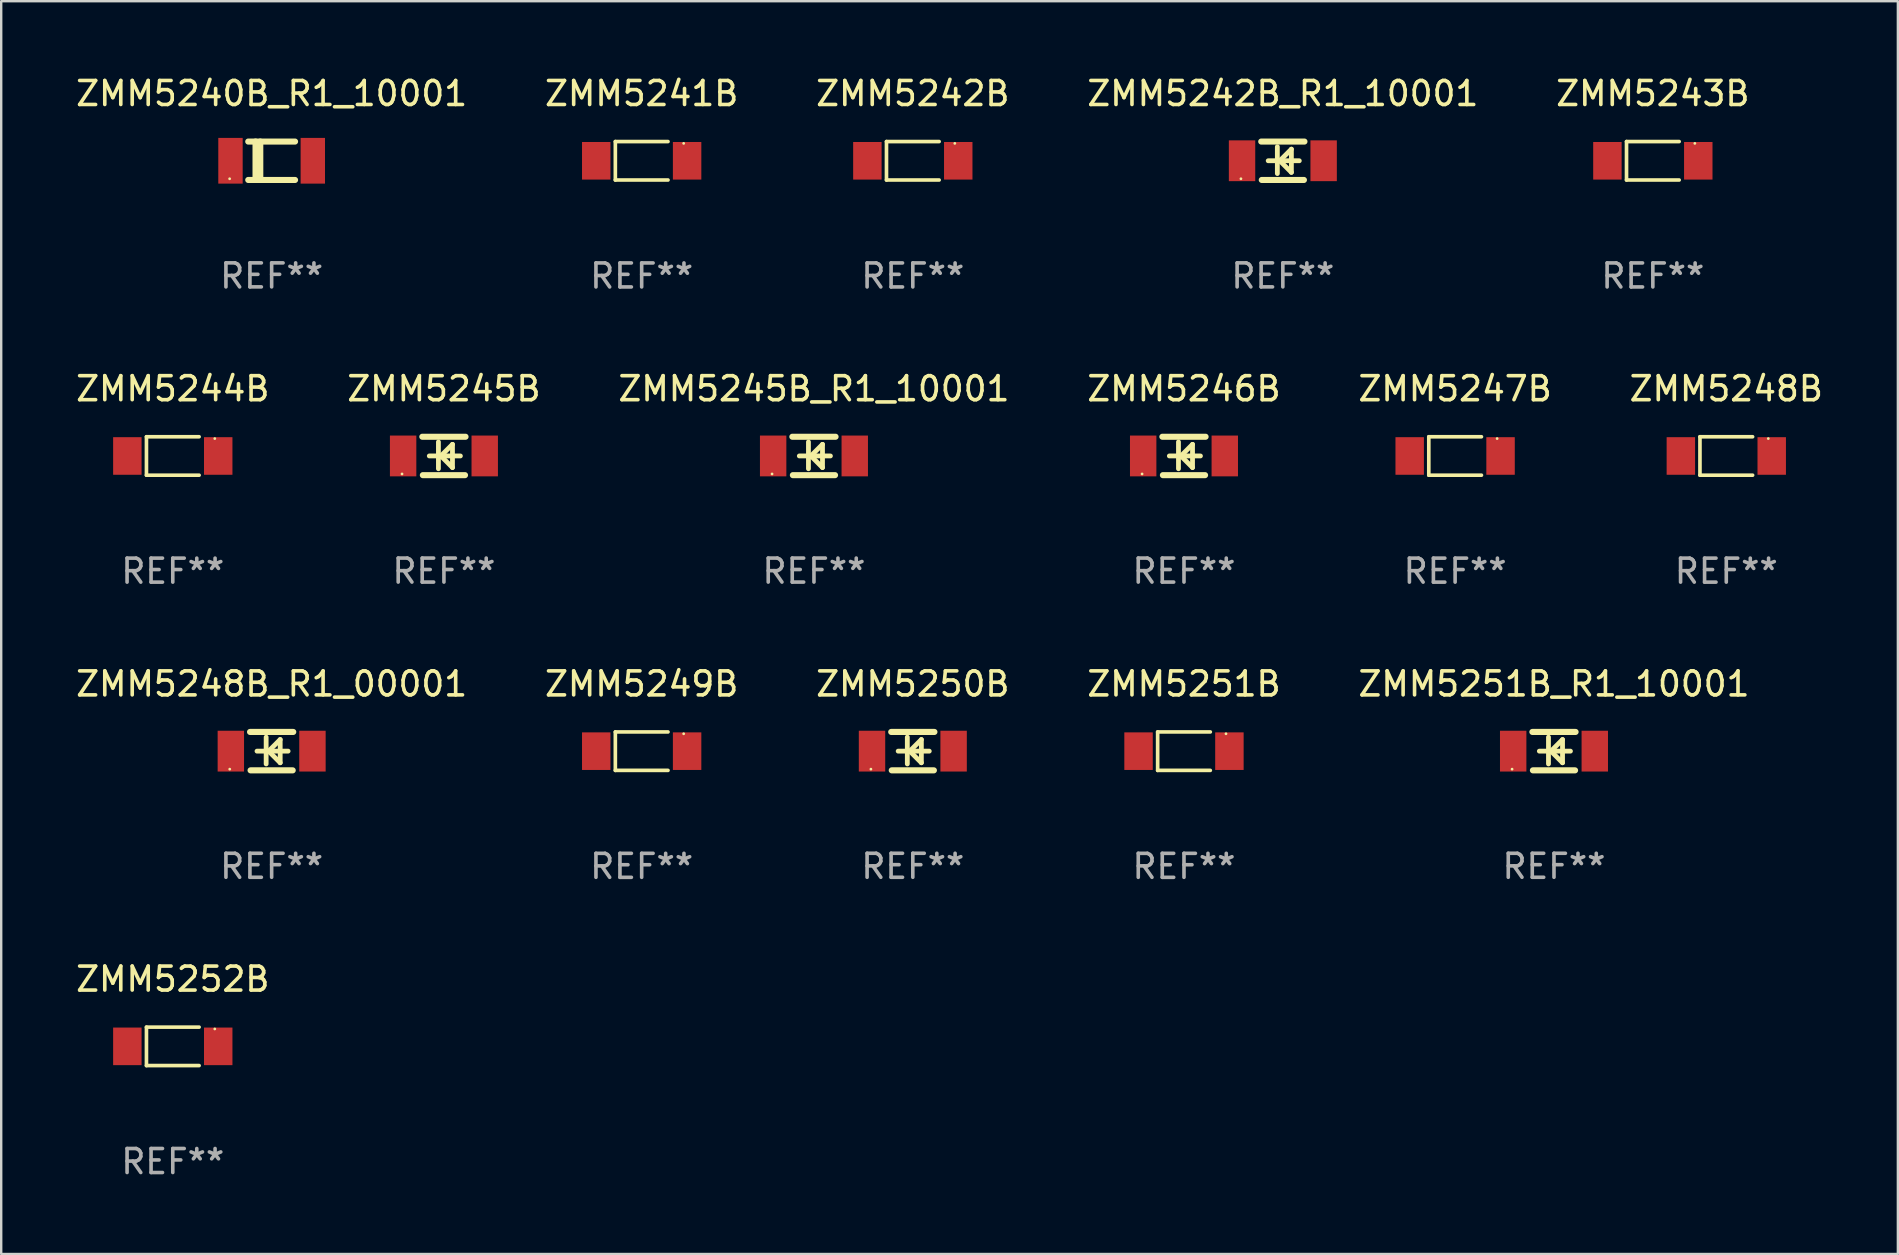
<source format=kicad_pcb>
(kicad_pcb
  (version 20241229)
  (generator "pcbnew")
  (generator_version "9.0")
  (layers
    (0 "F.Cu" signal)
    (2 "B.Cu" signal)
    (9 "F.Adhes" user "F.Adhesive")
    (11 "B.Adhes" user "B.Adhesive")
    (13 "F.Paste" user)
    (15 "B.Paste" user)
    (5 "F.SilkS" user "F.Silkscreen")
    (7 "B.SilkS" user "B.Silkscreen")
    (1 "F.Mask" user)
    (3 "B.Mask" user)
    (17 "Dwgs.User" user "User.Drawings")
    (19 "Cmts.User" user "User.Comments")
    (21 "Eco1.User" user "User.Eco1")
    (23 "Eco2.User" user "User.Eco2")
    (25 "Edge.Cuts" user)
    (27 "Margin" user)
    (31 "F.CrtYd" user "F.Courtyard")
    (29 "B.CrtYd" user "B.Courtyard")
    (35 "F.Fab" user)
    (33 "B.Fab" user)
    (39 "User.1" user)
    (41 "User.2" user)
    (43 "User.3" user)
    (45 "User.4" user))
  (footprint "ZMM5244B"
    (layer "F.Cu")
    (at 4.149 15.948)
    (property "Reference" "ZMM5244B" (at 0 -2.801 0) (layer "F.SilkS") (effects (font (size 1 1) (thickness 0.15))))
    (attr through_hole)
    (fp_line (start -1.097 -0.801) (end -1.097 0.801) (stroke (width 0.152) (type solid)) (layer "F.SilkS"))
    (fp_line (start -1.097 -0.801) (end 1.097 -0.801) (stroke (width 0.152) (type solid)) (layer "F.SilkS"))
    (fp_line (start -1.097 0.801) (end 1.097 0.801) (stroke (width 0.152) (type solid)) (layer "F.SilkS"))
    (fp_circle (center 1.75 -0.725) (end 1.78 -0.725) (stroke (width 0.06) (type solid)) (fill no) (layer "F.SilkS"))
    (fp_text user "REF**" (at 0 4.801 0) (layer "F.Fab") (effects (font (size 1 1) (thickness 0.15))))
    (pad "1" smd rect (at 1.893 0) (size 1.185 1.566) (layers "F.Cu" "F.Mask" "F.Paste"))
    (pad "2" smd rect (at -1.893 0) (size 1.185 1.566) (layers "F.Cu" "F.Mask" "F.Paste")))
  (footprint "ZMM5247B"
    (layer "F.Cu")
    (at 57.577 15.948)
    (property "Reference" "ZMM5247B" (at 0 -2.801 0) (layer "F.SilkS") (effects (font (size 1 1) (thickness 0.15))))
    (attr through_hole)
    (fp_line (start -1.097 -0.801) (end -1.097 0.801) (stroke (width 0.152) (type solid)) (layer "F.SilkS"))
    (fp_line (start -1.097 -0.801) (end 1.097 -0.801) (stroke (width 0.152) (type solid)) (layer "F.SilkS"))
    (fp_line (start -1.097 0.801) (end 1.097 0.801) (stroke (width 0.152) (type solid)) (layer "F.SilkS"))
    (fp_circle (center 1.75 -0.725) (end 1.78 -0.725) (stroke (width 0.06) (type solid)) (fill no) (layer "F.SilkS"))
    (fp_text user "REF**" (at 0 4.801 0) (layer "F.Fab") (effects (font (size 1 1) (thickness 0.15))))
    (pad "1" smd rect (at 1.893 0) (size 1.185 1.566) (layers "F.Cu" "F.Mask" "F.Paste"))
    (pad "2" smd rect (at -1.893 0) (size 1.185 1.566) (layers "F.Cu" "F.Mask" "F.Paste")))
  (footprint "ZMM5251B"
    (layer "F.Cu")
    (at 46.28 28.247)
    (property "Reference" "ZMM5251B" (at 0 -2.801 0) (layer "F.SilkS") (effects (font (size 1 1) (thickness 0.15))))
    (attr through_hole)
    (fp_line (start -1.097 -0.801) (end -1.097 0.801) (stroke (width 0.152) (type solid)) (layer "F.SilkS"))
    (fp_line (start -1.097 -0.801) (end 1.097 -0.801) (stroke (width 0.152) (type solid)) (layer "F.SilkS"))
    (fp_line (start -1.097 0.801) (end 1.097 0.801) (stroke (width 0.152) (type solid)) (layer "F.SilkS"))
    (fp_circle (center 1.75 -0.725) (end 1.78 -0.725) (stroke (width 0.06) (type solid)) (fill no) (layer "F.SilkS"))
    (fp_text user "REF**" (at 0 4.801 0) (layer "F.Fab") (effects (font (size 1 1) (thickness 0.15))))
    (pad "1" smd rect (at 1.893 0) (size 1.185 1.566) (layers "F.Cu" "F.Mask" "F.Paste"))
    (pad "2" smd rect (at -1.893 0) (size 1.185 1.566) (layers "F.Cu" "F.Mask" "F.Paste")))
  (footprint "ZMM5243B"
    (layer "F.Cu")
    (at 65.815 3.649)
    (property "Reference" "ZMM5243B" (at 0 -2.801 0) (layer "F.SilkS") (effects (font (size 1 1) (thickness 0.15))))
    (attr through_hole)
    (fp_line (start -1.097 -0.801) (end -1.097 0.801) (stroke (width 0.152) (type solid)) (layer "F.SilkS"))
    (fp_line (start -1.097 -0.801) (end 1.097 -0.801) (stroke (width 0.152) (type solid)) (layer "F.SilkS"))
    (fp_line (start -1.097 0.801) (end 1.097 0.801) (stroke (width 0.152) (type solid)) (layer "F.SilkS"))
    (fp_circle (center 1.75 -0.725) (end 1.78 -0.725) (stroke (width 0.06) (type solid)) (fill no) (layer "F.SilkS"))
    (fp_text user "REF**" (at 0 4.801 0) (layer "F.Fab") (effects (font (size 1 1) (thickness 0.15))))
    (pad "1" smd rect (at 1.893 0) (size 1.185 1.566) (layers "F.Cu" "F.Mask" "F.Paste"))
    (pad "2" smd rect (at -1.893 0) (size 1.185 1.566) (layers "F.Cu" "F.Mask" "F.Paste")))
  (footprint "ZMM5251B_R1_10001"
    (layer "F.Cu")
    (at 61.696 28.246)
    (property "Reference" "ZMM5251B_R1_10001" (at 0 -2.8 0) (layer "F.SilkS") (effects (font (size 1 1) (thickness 0.15))))
    (attr through_hole)
    (fp_line (start -0.9 -0.8) (end 0.9 -0.8) (stroke (width 0.254) (type solid)) (layer "F.SilkS"))
    (fp_line (start -0.878 0.8) (end 0.878 0.8) (stroke (width 0.254) (type solid)) (layer "F.SilkS"))
    (fp_line (start -0.61 0) (end 0.686 0) (stroke (width 0.2) (type solid)) (layer "F.SilkS"))
    (fp_line (start -0.229 -0.584) (end -0.229 0.533) (stroke (width 0.2) (type solid)) (layer "F.SilkS"))
    (fp_line (start -0.127 0) (end 0.356 -0.483) (stroke (width 0.2) (type solid)) (layer "F.SilkS"))
    (fp_line (start 0.356 -0.483) (end 0.356 0.483) (stroke (width 0.2) (type solid)) (layer "F.SilkS"))
    (fp_line (start 0.356 0.483) (end -0.102 0.025) (stroke (width 0.2) (type solid)) (layer "F.SilkS"))
    (fp_circle (center -1.746 0.75) (end -1.716 0.75) (stroke (width 0.06) (type solid)) (fill no) (layer "F.SilkS"))
    (fp_text user "REF**" (at 0 4.8 0) (layer "F.Fab") (effects (font (size 1 1) (thickness 0.15))))
    (pad "1" smd rect (at -1.7 0 180) (size 1.1 1.7) (layers "F.Cu" "F.Mask" "F.Paste"))
    (pad "2" smd rect (at 1.7 0 180) (size 1.1 1.7) (layers "F.Cu" "F.Mask" "F.Paste")))
  (footprint "ZMM5242B_R1_10001"
    (layer "F.Cu")
    (at 50.399 3.648)
    (property "Reference" "ZMM5242B_R1_10001" (at 0 -2.8 0) (layer "F.SilkS") (effects (font (size 1 1) (thickness 0.15))))
    (attr through_hole)
    (fp_line (start -0.9 -0.8) (end 0.9 -0.8) (stroke (width 0.254) (type solid)) (layer "F.SilkS"))
    (fp_line (start -0.878 0.8) (end 0.878 0.8) (stroke (width 0.254) (type solid)) (layer "F.SilkS"))
    (fp_line (start -0.61 0) (end 0.686 0) (stroke (width 0.2) (type solid)) (layer "F.SilkS"))
    (fp_line (start -0.229 -0.584) (end -0.229 0.533) (stroke (width 0.2) (type solid)) (layer "F.SilkS"))
    (fp_line (start -0.127 0) (end 0.356 -0.483) (stroke (width 0.2) (type solid)) (layer "F.SilkS"))
    (fp_line (start 0.356 -0.483) (end 0.356 0.483) (stroke (width 0.2) (type solid)) (layer "F.SilkS"))
    (fp_line (start 0.356 0.483) (end -0.102 0.025) (stroke (width 0.2) (type solid)) (layer "F.SilkS"))
    (fp_circle (center -1.746 0.75) (end -1.716 0.75) (stroke (width 0.06) (type solid)) (fill no) (layer "F.SilkS"))
    (fp_text user "REF**" (at 0 4.8 0) (layer "F.Fab") (effects (font (size 1 1) (thickness 0.15))))
    (pad "1" smd rect (at -1.7 0 180) (size 1.1 1.7) (layers "F.Cu" "F.Mask" "F.Paste"))
    (pad "2" smd rect (at 1.7 0 180) (size 1.1 1.7) (layers "F.Cu" "F.Mask" "F.Paste")))
  (footprint "ZMM5241B"
    (layer "F.Cu")
    (at 23.685 3.649)
    (property "Reference" "ZMM5241B" (at 0 -2.801 0) (layer "F.SilkS") (effects (font (size 1 1) (thickness 0.15))))
    (attr through_hole)
    (fp_line (start -1.097 -0.801) (end -1.097 0.801) (stroke (width 0.152) (type solid)) (layer "F.SilkS"))
    (fp_line (start -1.097 -0.801) (end 1.097 -0.801) (stroke (width 0.152) (type solid)) (layer "F.SilkS"))
    (fp_line (start -1.097 0.801) (end 1.097 0.801) (stroke (width 0.152) (type solid)) (layer "F.SilkS"))
    (fp_circle (center 1.75 -0.725) (end 1.78 -0.725) (stroke (width 0.06) (type solid)) (fill no) (layer "F.SilkS"))
    (fp_text user "REF**" (at 0 4.801 0) (layer "F.Fab") (effects (font (size 1 1) (thickness 0.15))))
    (pad "1" smd rect (at 1.893 0) (size 1.185 1.566) (layers "F.Cu" "F.Mask" "F.Paste"))
    (pad "2" smd rect (at -1.893 0) (size 1.185 1.566) (layers "F.Cu" "F.Mask" "F.Paste")))
  (footprint "ZMM5252B"
    (layer "F.Cu")
    (at 4.149 40.546)
    (property "Reference" "ZMM5252B" (at 0 -2.801 0) (layer "F.SilkS") (effects (font (size 1 1) (thickness 0.15))))
    (attr through_hole)
    (fp_line (start -1.097 -0.801) (end -1.097 0.801) (stroke (width 0.152) (type solid)) (layer "F.SilkS"))
    (fp_line (start -1.097 -0.801) (end 1.097 -0.801) (stroke (width 0.152) (type solid)) (layer "F.SilkS"))
    (fp_line (start -1.097 0.801) (end 1.097 0.801) (stroke (width 0.152) (type solid)) (layer "F.SilkS"))
    (fp_circle (center 1.75 -0.725) (end 1.78 -0.725) (stroke (width 0.06) (type solid)) (fill no) (layer "F.SilkS"))
    (fp_text user "REF**" (at 0 4.801 0) (layer "F.Fab") (effects (font (size 1 1) (thickness 0.15))))
    (pad "1" smd rect (at 1.893 0) (size 1.185 1.566) (layers "F.Cu" "F.Mask" "F.Paste"))
    (pad "2" smd rect (at -1.893 0) (size 1.185 1.566) (layers "F.Cu" "F.Mask" "F.Paste")))
  (footprint "ZMM5250B"
    (layer "F.Cu")
    (at 34.982 28.246)
    (property "Reference" "ZMM5250B" (at 0 -2.8 0) (layer "F.SilkS") (effects (font (size 1 1) (thickness 0.15))))
    (attr through_hole)
    (fp_line (start -0.9 -0.8) (end 0.9 -0.8) (stroke (width 0.254) (type solid)) (layer "F.SilkS"))
    (fp_line (start -0.878 0.8) (end 0.878 0.8) (stroke (width 0.254) (type solid)) (layer "F.SilkS"))
    (fp_line (start -0.61 0) (end 0.686 0) (stroke (width 0.2) (type solid)) (layer "F.SilkS"))
    (fp_line (start -0.229 -0.584) (end -0.229 0.533) (stroke (width 0.2) (type solid)) (layer "F.SilkS"))
    (fp_line (start -0.127 0) (end 0.356 -0.483) (stroke (width 0.2) (type solid)) (layer "F.SilkS"))
    (fp_line (start 0.356 -0.483) (end 0.356 0.483) (stroke (width 0.2) (type solid)) (layer "F.SilkS"))
    (fp_line (start 0.356 0.483) (end -0.102 0.025) (stroke (width 0.2) (type solid)) (layer "F.SilkS"))
    (fp_circle (center -1.746 0.75) (end -1.716 0.75) (stroke (width 0.06) (type solid)) (fill no) (layer "F.SilkS"))
    (fp_text user "REF**" (at 0 4.8 0) (layer "F.Fab") (effects (font (size 1 1) (thickness 0.15))))
    (pad "1" smd rect (at -1.7 0 180) (size 1.1 1.7) (layers "F.Cu" "F.Mask" "F.Paste"))
    (pad "2" smd rect (at 1.7 0 180) (size 1.1 1.7) (layers "F.Cu" "F.Mask" "F.Paste")))
  (footprint "ZMM5245B"
    (layer "F.Cu")
    (at 15.446 15.947)
    (property "Reference" "ZMM5245B" (at 0 -2.8 0) (layer "F.SilkS") (effects (font (size 1 1) (thickness 0.15))))
    (attr through_hole)
    (fp_line (start -0.9 -0.8) (end 0.9 -0.8) (stroke (width 0.254) (type solid)) (layer "F.SilkS"))
    (fp_line (start -0.878 0.8) (end 0.878 0.8) (stroke (width 0.254) (type solid)) (layer "F.SilkS"))
    (fp_line (start -0.61 0) (end 0.686 0) (stroke (width 0.2) (type solid)) (layer "F.SilkS"))
    (fp_line (start -0.229 -0.584) (end -0.229 0.533) (stroke (width 0.2) (type solid)) (layer "F.SilkS"))
    (fp_line (start -0.127 0) (end 0.356 -0.483) (stroke (width 0.2) (type solid)) (layer "F.SilkS"))
    (fp_line (start 0.356 -0.483) (end 0.356 0.483) (stroke (width 0.2) (type solid)) (layer "F.SilkS"))
    (fp_line (start 0.356 0.483) (end -0.102 0.025) (stroke (width 0.2) (type solid)) (layer "F.SilkS"))
    (fp_circle (center -1.746 0.75) (end -1.716 0.75) (stroke (width 0.06) (type solid)) (fill no) (layer "F.SilkS"))
    (fp_text user "REF**" (at 0 4.8 0) (layer "F.Fab") (effects (font (size 1 1) (thickness 0.15))))
    (pad "1" smd rect (at -1.7 0 180) (size 1.1 1.7) (layers "F.Cu" "F.Mask" "F.Paste"))
    (pad "2" smd rect (at 1.7 0 180) (size 1.1 1.7) (layers "F.Cu" "F.Mask" "F.Paste")))
  (footprint "ZMM5245B_R1_10001"
    (layer "F.Cu")
    (at 30.863 15.947)
    (property "Reference" "ZMM5245B_R1_10001" (at 0 -2.8 0) (layer "F.SilkS") (effects (font (size 1 1) (thickness 0.15))))
    (attr through_hole)
    (fp_line (start -0.9 -0.8) (end 0.9 -0.8) (stroke (width 0.254) (type solid)) (layer "F.SilkS"))
    (fp_line (start -0.878 0.8) (end 0.878 0.8) (stroke (width 0.254) (type solid)) (layer "F.SilkS"))
    (fp_line (start -0.61 0) (end 0.686 0) (stroke (width 0.2) (type solid)) (layer "F.SilkS"))
    (fp_line (start -0.229 -0.584) (end -0.229 0.533) (stroke (width 0.2) (type solid)) (layer "F.SilkS"))
    (fp_line (start -0.127 0) (end 0.356 -0.483) (stroke (width 0.2) (type solid)) (layer "F.SilkS"))
    (fp_line (start 0.356 -0.483) (end 0.356 0.483) (stroke (width 0.2) (type solid)) (layer "F.SilkS"))
    (fp_line (start 0.356 0.483) (end -0.102 0.025) (stroke (width 0.2) (type solid)) (layer "F.SilkS"))
    (fp_circle (center -1.746 0.75) (end -1.716 0.75) (stroke (width 0.06) (type solid)) (fill no) (layer "F.SilkS"))
    (fp_text user "REF**" (at 0 4.8 0) (layer "F.Fab") (effects (font (size 1 1) (thickness 0.15))))
    (pad "1" smd rect (at -1.7 0 180) (size 1.1 1.7) (layers "F.Cu" "F.Mask" "F.Paste"))
    (pad "2" smd rect (at 1.7 0 180) (size 1.1 1.7) (layers "F.Cu" "F.Mask" "F.Paste")))
  (footprint "ZMM5246B"
    (layer "F.Cu")
    (at 46.28 15.947)
    (property "Reference" "ZMM5246B" (at 0 -2.8 0) (layer "F.SilkS") (effects (font (size 1 1) (thickness 0.15))))
    (attr through_hole)
    (fp_line (start -0.9 -0.8) (end 0.9 -0.8) (stroke (width 0.254) (type solid)) (layer "F.SilkS"))
    (fp_line (start -0.878 0.8) (end 0.878 0.8) (stroke (width 0.254) (type solid)) (layer "F.SilkS"))
    (fp_line (start -0.61 0) (end 0.686 0) (stroke (width 0.2) (type solid)) (layer "F.SilkS"))
    (fp_line (start -0.229 -0.584) (end -0.229 0.533) (stroke (width 0.2) (type solid)) (layer "F.SilkS"))
    (fp_line (start -0.127 0) (end 0.356 -0.483) (stroke (width 0.2) (type solid)) (layer "F.SilkS"))
    (fp_line (start 0.356 -0.483) (end 0.356 0.483) (stroke (width 0.2) (type solid)) (layer "F.SilkS"))
    (fp_line (start 0.356 0.483) (end -0.102 0.025) (stroke (width 0.2) (type solid)) (layer "F.SilkS"))
    (fp_circle (center -1.746 0.75) (end -1.716 0.75) (stroke (width 0.06) (type solid)) (fill no) (layer "F.SilkS"))
    (fp_text user "REF**" (at 0 4.8 0) (layer "F.Fab") (effects (font (size 1 1) (thickness 0.15))))
    (pad "1" smd rect (at -1.7 0 180) (size 1.1 1.7) (layers "F.Cu" "F.Mask" "F.Paste"))
    (pad "2" smd rect (at 1.7 0 180) (size 1.1 1.7) (layers "F.Cu" "F.Mask" "F.Paste")))
  (footprint "ZMM5240B_R1_10001"
    (layer "F.Cu")
    (at 8.268 3.648)
    (property "Reference" "ZMM5240B_R1_10001" (at 0 -2.8 0) (layer "F.SilkS") (effects (font (size 1 1) (thickness 0.15))))
    (attr through_hole)
    (fp_line (start -0.975 -0.8) (end 0.975 -0.8) (stroke (width 0.254) (type solid)) (layer "F.SilkS"))
    (fp_line (start -0.975 0.8) (end 0.975 0.8) (stroke (width 0.254) (type solid)) (layer "F.SilkS"))
    (fp_line (start -0.671 -0.8) (end -0.671 0.8) (stroke (width 0.254) (type solid)) (layer "F.SilkS"))
    (fp_line (start -0.474 -0.8) (end -0.474 0.8) (stroke (width 0.254) (type solid)) (layer "F.SilkS"))
    (fp_circle (center -1.75 0.75) (end -1.72 0.75) (stroke (width 0.06) (type solid)) (fill no) (layer "F.SilkS"))
    (fp_text user "REF**" (at 0 4.8 0) (layer "F.Fab") (effects (font (size 1 1) (thickness 0.15))))
    (pad "1" smd rect (at -1.715 0 180) (size 1.016 1.905) (layers "F.Cu" "F.Mask" "F.Paste"))
    (pad "2" smd rect (at 1.715 0 180) (size 1.016 1.905) (layers "F.Cu" "F.Mask" "F.Paste")))
  (footprint "ZMM5249B"
    (layer "F.Cu")
    (at 23.685 28.247)
    (property "Reference" "ZMM5249B" (at 0 -2.801 0) (layer "F.SilkS") (effects (font (size 1 1) (thickness 0.15))))
    (attr through_hole)
    (fp_line (start -1.097 -0.801) (end -1.097 0.801) (stroke (width 0.152) (type solid)) (layer "F.SilkS"))
    (fp_line (start -1.097 -0.801) (end 1.097 -0.801) (stroke (width 0.152) (type solid)) (layer "F.SilkS"))
    (fp_line (start -1.097 0.801) (end 1.097 0.801) (stroke (width 0.152) (type solid)) (layer "F.SilkS"))
    (fp_circle (center 1.75 -0.725) (end 1.78 -0.725) (stroke (width 0.06) (type solid)) (fill no) (layer "F.SilkS"))
    (fp_text user "REF**" (at 0 4.801 0) (layer "F.Fab") (effects (font (size 1 1) (thickness 0.15))))
    (pad "1" smd rect (at 1.893 0) (size 1.185 1.566) (layers "F.Cu" "F.Mask" "F.Paste"))
    (pad "2" smd rect (at -1.893 0) (size 1.185 1.566) (layers "F.Cu" "F.Mask" "F.Paste")))
  (footprint "ZMM5242B"
    (layer "F.Cu")
    (at 34.982 3.649)
    (property "Reference" "ZMM5242B" (at 0 -2.801 0) (layer "F.SilkS") (effects (font (size 1 1) (thickness 0.15))))
    (attr through_hole)
    (fp_line (start -1.097 -0.801) (end -1.097 0.801) (stroke (width 0.152) (type solid)) (layer "F.SilkS"))
    (fp_line (start -1.097 -0.801) (end 1.097 -0.801) (stroke (width 0.152) (type solid)) (layer "F.SilkS"))
    (fp_line (start -1.097 0.801) (end 1.097 0.801) (stroke (width 0.152) (type solid)) (layer "F.SilkS"))
    (fp_circle (center 1.75 -0.725) (end 1.78 -0.725) (stroke (width 0.06) (type solid)) (fill no) (layer "F.SilkS"))
    (fp_text user "REF**" (at 0 4.801 0) (layer "F.Fab") (effects (font (size 1 1) (thickness 0.15))))
    (pad "1" smd rect (at 1.893 0) (size 1.185 1.566) (layers "F.Cu" "F.Mask" "F.Paste"))
    (pad "2" smd rect (at -1.893 0) (size 1.185 1.566) (layers "F.Cu" "F.Mask" "F.Paste")))
  (footprint "ZMM5248B_R1_00001"
    (layer "F.Cu")
    (at 8.268 28.246)
    (property "Reference" "ZMM5248B_R1_00001" (at 0 -2.8 0) (layer "F.SilkS") (effects (font (size 1 1) (thickness 0.15))))
    (attr through_hole)
    (fp_line (start -0.9 -0.8) (end 0.9 -0.8) (stroke (width 0.254) (type solid)) (layer "F.SilkS"))
    (fp_line (start -0.878 0.8) (end 0.878 0.8) (stroke (width 0.254) (type solid)) (layer "F.SilkS"))
    (fp_line (start -0.61 0) (end 0.686 0) (stroke (width 0.2) (type solid)) (layer "F.SilkS"))
    (fp_line (start -0.229 -0.584) (end -0.229 0.533) (stroke (width 0.2) (type solid)) (layer "F.SilkS"))
    (fp_line (start -0.127 0) (end 0.356 -0.483) (stroke (width 0.2) (type solid)) (layer "F.SilkS"))
    (fp_line (start 0.356 -0.483) (end 0.356 0.483) (stroke (width 0.2) (type solid)) (layer "F.SilkS"))
    (fp_line (start 0.356 0.483) (end -0.102 0.025) (stroke (width 0.2) (type solid)) (layer "F.SilkS"))
    (fp_circle (center -1.746 0.75) (end -1.716 0.75) (stroke (width 0.06) (type solid)) (fill no) (layer "F.SilkS"))
    (fp_text user "REF**" (at 0 4.8 0) (layer "F.Fab") (effects (font (size 1 1) (thickness 0.15))))
    (pad "1" smd rect (at -1.7 0 180) (size 1.1 1.7) (layers "F.Cu" "F.Mask" "F.Paste"))
    (pad "2" smd rect (at 1.7 0 180) (size 1.1 1.7) (layers "F.Cu" "F.Mask" "F.Paste")))
  (footprint "ZMM5248B"
    (layer "F.Cu")
    (at 68.875 15.948)
    (property "Reference" "ZMM5248B" (at 0 -2.801 0) (layer "F.SilkS") (effects (font (size 1 1) (thickness 0.15))))
    (attr through_hole)
    (fp_line (start -1.097 -0.801) (end -1.097 0.801) (stroke (width 0.152) (type solid)) (layer "F.SilkS"))
    (fp_line (start -1.097 -0.801) (end 1.097 -0.801) (stroke (width 0.152) (type solid)) (layer "F.SilkS"))
    (fp_line (start -1.097 0.801) (end 1.097 0.801) (stroke (width 0.152) (type solid)) (layer "F.SilkS"))
    (fp_circle (center 1.75 -0.725) (end 1.78 -0.725) (stroke (width 0.06) (type solid)) (fill no) (layer "F.SilkS"))
    (fp_text user "REF**" (at 0 4.801 0) (layer "F.Fab") (effects (font (size 1 1) (thickness 0.15))))
    (pad "1" smd rect (at 1.893 0) (size 1.185 1.566) (layers "F.Cu" "F.Mask" "F.Paste"))
    (pad "2" smd rect (at -1.893 0) (size 1.185 1.566) (layers "F.Cu" "F.Mask" "F.Paste")))
  (gr_rect
    (start -3 -3)
    (end 76.024 49.196)
    (stroke (width 0.1) (type default))
    (fill no)
    (layer "Edge.Cuts")))
</source>
